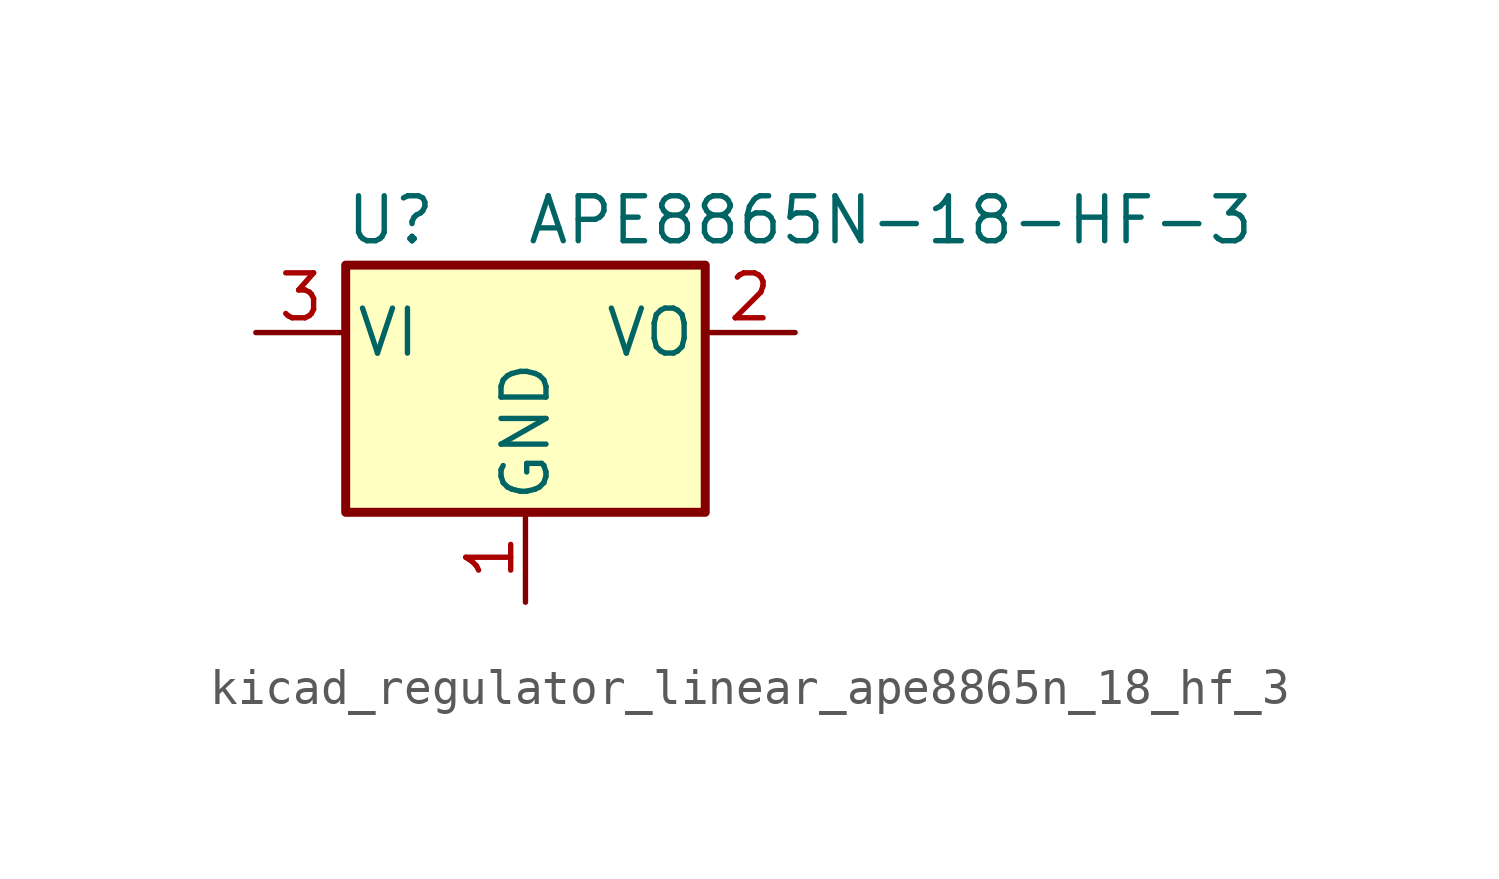
<source format=kicad_sym>
(kicad_symbol_lib
  (version 20220914)
  (generator kicad_symbol_editor)
  (symbol "kicad_regulator_linear_ape8865n_18_hf_3"
    (pin_names
      (offset 0.254))
    (property "Reference" "U"
      (at -3.81 3.175 0)
      (effects (font (size 1.27 1.27))))
    (property "Value" "APE8865N-18-HF-3"
      (at 0 3.175 0)
      (effects (font (size 1.27 1.27)) (justify left)))
    (symbol "kicad_regulator_linear_ape8865n_18_hf_3_0_1"
      (rectangle (start -5.08 1.905) (end 5.08 -5.08) (stroke (width 0.254) (type default)) (fill (type background))))
    (symbol "kicad_regulator_linear_ape8865n_18_hf_3_1_1"
      (pin power_in line (at 0 -7.62 90) (length 2.54) (name "GND" (effects (font (size 1.27 1.27)))) (number "1" (effects (font (size 1.27 1.27)))))
      (pin power_out line (at 7.62 0 180) (length 2.54) (name "VO" (effects (font (size 1.27 1.27)))) (number "2" (effects (font (size 1.27 1.27)))))
      (pin power_in line (at -7.62 0 0) (length 2.54) (name "VI" (effects (font (size 1.27 1.27)))) (number "3" (effects (font (size 1.27 1.27))))))))
</source>
